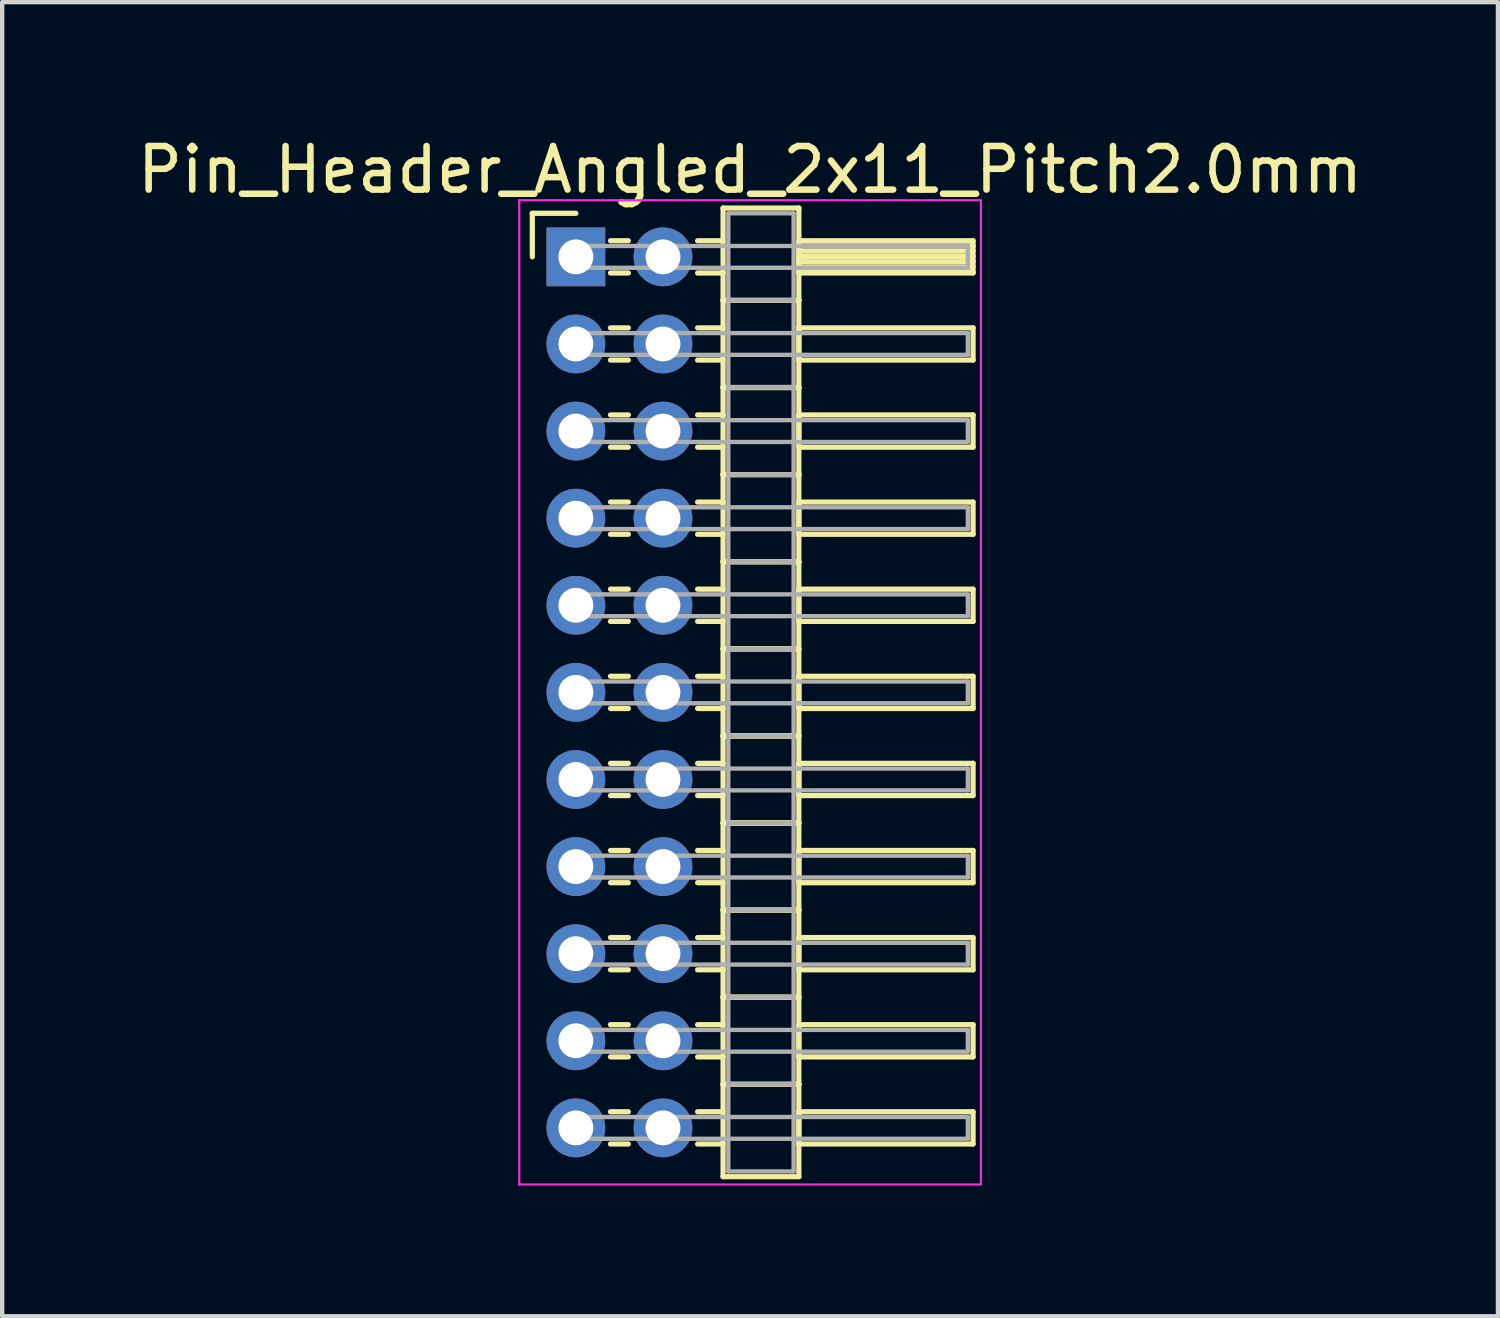
<source format=kicad_pcb>
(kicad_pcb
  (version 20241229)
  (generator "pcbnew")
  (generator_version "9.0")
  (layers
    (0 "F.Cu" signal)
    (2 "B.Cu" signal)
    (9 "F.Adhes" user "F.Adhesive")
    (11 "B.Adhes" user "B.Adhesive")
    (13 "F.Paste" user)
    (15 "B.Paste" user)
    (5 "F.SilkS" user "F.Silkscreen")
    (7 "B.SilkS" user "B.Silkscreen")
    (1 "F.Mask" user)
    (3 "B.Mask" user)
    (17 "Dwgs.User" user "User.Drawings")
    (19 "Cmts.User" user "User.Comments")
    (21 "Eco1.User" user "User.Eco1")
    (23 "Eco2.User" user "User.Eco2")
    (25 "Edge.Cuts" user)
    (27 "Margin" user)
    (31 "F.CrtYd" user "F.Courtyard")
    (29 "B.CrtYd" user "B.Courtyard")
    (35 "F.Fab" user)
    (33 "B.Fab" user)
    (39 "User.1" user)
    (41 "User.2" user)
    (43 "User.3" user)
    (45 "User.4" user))
  (footprint "Pin_Header_Angled_2x11_Pitch2.0mm"
    (layer "F.Cu")
    (at 10.173 2.848)
    (property "Reference" "Pin_Header_Angled_2x11_Pitch2.0mm" (at 4 -2 0) (layer "F.SilkS") (effects (font (size 1 1) (thickness 0.15))))
    (attr through_hole)
    (fp_line (start -1 -1) (end 0 -1) (stroke (width 0.12) (type solid)) (layer "F.SilkS"))
    (fp_line (start -1 0) (end -1 -1) (stroke (width 0.12) (type solid)) (layer "F.SilkS"))
    (fp_line (start 0.795 -0.37) (end 1.205 -0.37) (stroke (width 0.12) (type solid)) (layer "F.SilkS"))
    (fp_line (start 0.795 0.37) (end 1.205 0.37) (stroke (width 0.12) (type solid)) (layer "F.SilkS"))
    (fp_line (start 0.795 1.63) (end 1.205 1.63) (stroke (width 0.12) (type solid)) (layer "F.SilkS"))
    (fp_line (start 0.795 2.37) (end 1.205 2.37) (stroke (width 0.12) (type solid)) (layer "F.SilkS"))
    (fp_line (start 0.795 3.63) (end 1.205 3.63) (stroke (width 0.12) (type solid)) (layer "F.SilkS"))
    (fp_line (start 0.795 4.37) (end 1.205 4.37) (stroke (width 0.12) (type solid)) (layer "F.SilkS"))
    (fp_line (start 0.795 5.63) (end 1.205 5.63) (stroke (width 0.12) (type solid)) (layer "F.SilkS"))
    (fp_line (start 0.795 6.37) (end 1.205 6.37) (stroke (width 0.12) (type solid)) (layer "F.SilkS"))
    (fp_line (start 0.795 7.63) (end 1.205 7.63) (stroke (width 0.12) (type solid)) (layer "F.SilkS"))
    (fp_line (start 0.795 8.37) (end 1.205 8.37) (stroke (width 0.12) (type solid)) (layer "F.SilkS"))
    (fp_line (start 0.795 9.63) (end 1.205 9.63) (stroke (width 0.12) (type solid)) (layer "F.SilkS"))
    (fp_line (start 0.795 10.37) (end 1.205 10.37) (stroke (width 0.12) (type solid)) (layer "F.SilkS"))
    (fp_line (start 0.795 11.63) (end 1.205 11.63) (stroke (width 0.12) (type solid)) (layer "F.SilkS"))
    (fp_line (start 0.795 12.37) (end 1.205 12.37) (stroke (width 0.12) (type solid)) (layer "F.SilkS"))
    (fp_line (start 0.795 13.63) (end 1.205 13.63) (stroke (width 0.12) (type solid)) (layer "F.SilkS"))
    (fp_line (start 0.795 14.37) (end 1.205 14.37) (stroke (width 0.12) (type solid)) (layer "F.SilkS"))
    (fp_line (start 0.795 15.63) (end 1.205 15.63) (stroke (width 0.12) (type solid)) (layer "F.SilkS"))
    (fp_line (start 0.795 16.37) (end 1.205 16.37) (stroke (width 0.12) (type solid)) (layer "F.SilkS"))
    (fp_line (start 0.795 17.63) (end 1.205 17.63) (stroke (width 0.12) (type solid)) (layer "F.SilkS"))
    (fp_line (start 0.795 18.37) (end 1.205 18.37) (stroke (width 0.12) (type solid)) (layer "F.SilkS"))
    (fp_line (start 0.795 19.63) (end 1.205 19.63) (stroke (width 0.12) (type solid)) (layer "F.SilkS"))
    (fp_line (start 0.795 20.37) (end 1.205 20.37) (stroke (width 0.12) (type solid)) (layer "F.SilkS"))
    (fp_line (start 2.795 -0.37) (end 3.38 -0.37) (stroke (width 0.12) (type solid)) (layer "F.SilkS"))
    (fp_line (start 2.795 0.37) (end 3.38 0.37) (stroke (width 0.12) (type solid)) (layer "F.SilkS"))
    (fp_line (start 2.795 1.63) (end 3.38 1.63) (stroke (width 0.12) (type solid)) (layer "F.SilkS"))
    (fp_line (start 2.795 2.37) (end 3.38 2.37) (stroke (width 0.12) (type solid)) (layer "F.SilkS"))
    (fp_line (start 2.795 3.63) (end 3.38 3.63) (stroke (width 0.12) (type solid)) (layer "F.SilkS"))
    (fp_line (start 2.795 4.37) (end 3.38 4.37) (stroke (width 0.12) (type solid)) (layer "F.SilkS"))
    (fp_line (start 2.795 5.63) (end 3.38 5.63) (stroke (width 0.12) (type solid)) (layer "F.SilkS"))
    (fp_line (start 2.795 6.37) (end 3.38 6.37) (stroke (width 0.12) (type solid)) (layer "F.SilkS"))
    (fp_line (start 2.795 7.63) (end 3.38 7.63) (stroke (width 0.12) (type solid)) (layer "F.SilkS"))
    (fp_line (start 2.795 8.37) (end 3.38 8.37) (stroke (width 0.12) (type solid)) (layer "F.SilkS"))
    (fp_line (start 2.795 9.63) (end 3.38 9.63) (stroke (width 0.12) (type solid)) (layer "F.SilkS"))
    (fp_line (start 2.795 10.37) (end 3.38 10.37) (stroke (width 0.12) (type solid)) (layer "F.SilkS"))
    (fp_line (start 2.795 11.63) (end 3.38 11.63) (stroke (width 0.12) (type solid)) (layer "F.SilkS"))
    (fp_line (start 2.795 12.37) (end 3.38 12.37) (stroke (width 0.12) (type solid)) (layer "F.SilkS"))
    (fp_line (start 2.795 13.63) (end 3.38 13.63) (stroke (width 0.12) (type solid)) (layer "F.SilkS"))
    (fp_line (start 2.795 14.37) (end 3.38 14.37) (stroke (width 0.12) (type solid)) (layer "F.SilkS"))
    (fp_line (start 2.795 15.63) (end 3.38 15.63) (stroke (width 0.12) (type solid)) (layer "F.SilkS"))
    (fp_line (start 2.795 16.37) (end 3.38 16.37) (stroke (width 0.12) (type solid)) (layer "F.SilkS"))
    (fp_line (start 2.795 17.63) (end 3.38 17.63) (stroke (width 0.12) (type solid)) (layer "F.SilkS"))
    (fp_line (start 2.795 18.37) (end 3.38 18.37) (stroke (width 0.12) (type solid)) (layer "F.SilkS"))
    (fp_line (start 2.795 19.63) (end 3.38 19.63) (stroke (width 0.12) (type solid)) (layer "F.SilkS"))
    (fp_line (start 2.795 20.37) (end 3.38 20.37) (stroke (width 0.12) (type solid)) (layer "F.SilkS"))
    (fp_line (start 3.38 -1.12) (end 3.38 1) (stroke (width 0.12) (type solid)) (layer "F.SilkS"))
    (fp_line (start 3.38 1) (end 3.38 3) (stroke (width 0.12) (type solid)) (layer "F.SilkS"))
    (fp_line (start 3.38 1) (end 5.12 1) (stroke (width 0.12) (type solid)) (layer "F.SilkS"))
    (fp_line (start 3.38 3) (end 3.38 5) (stroke (width 0.12) (type solid)) (layer "F.SilkS"))
    (fp_line (start 3.38 3) (end 5.12 3) (stroke (width 0.12) (type solid)) (layer "F.SilkS"))
    (fp_line (start 3.38 5) (end 3.38 7) (stroke (width 0.12) (type solid)) (layer "F.SilkS"))
    (fp_line (start 3.38 5) (end 5.12 5) (stroke (width 0.12) (type solid)) (layer "F.SilkS"))
    (fp_line (start 3.38 7) (end 3.38 9) (stroke (width 0.12) (type solid)) (layer "F.SilkS"))
    (fp_line (start 3.38 7) (end 5.12 7) (stroke (width 0.12) (type solid)) (layer "F.SilkS"))
    (fp_line (start 3.38 9) (end 3.38 11) (stroke (width 0.12) (type solid)) (layer "F.SilkS"))
    (fp_line (start 3.38 9) (end 5.12 9) (stroke (width 0.12) (type solid)) (layer "F.SilkS"))
    (fp_line (start 3.38 11) (end 3.38 13) (stroke (width 0.12) (type solid)) (layer "F.SilkS"))
    (fp_line (start 3.38 11) (end 5.12 11) (stroke (width 0.12) (type solid)) (layer "F.SilkS"))
    (fp_line (start 3.38 13) (end 3.38 15) (stroke (width 0.12) (type solid)) (layer "F.SilkS"))
    (fp_line (start 3.38 13) (end 5.12 13) (stroke (width 0.12) (type solid)) (layer "F.SilkS"))
    (fp_line (start 3.38 15) (end 3.38 17) (stroke (width 0.12) (type solid)) (layer "F.SilkS"))
    (fp_line (start 3.38 15) (end 5.12 15) (stroke (width 0.12) (type solid)) (layer "F.SilkS"))
    (fp_line (start 3.38 17) (end 3.38 19) (stroke (width 0.12) (type solid)) (layer "F.SilkS"))
    (fp_line (start 3.38 17) (end 5.12 17) (stroke (width 0.12) (type solid)) (layer "F.SilkS"))
    (fp_line (start 3.38 19) (end 3.38 21.12) (stroke (width 0.12) (type solid)) (layer "F.SilkS"))
    (fp_line (start 3.38 19) (end 5.12 19) (stroke (width 0.12) (type solid)) (layer "F.SilkS"))
    (fp_line (start 3.38 21.12) (end 5.12 21.12) (stroke (width 0.12) (type solid)) (layer "F.SilkS"))
    (fp_line (start 5.12 -1.12) (end 3.38 -1.12) (stroke (width 0.12) (type solid)) (layer "F.SilkS"))
    (fp_line (start 5.12 -0.37) (end 5.12 0.37) (stroke (width 0.12) (type solid)) (layer "F.SilkS"))
    (fp_line (start 5.12 -0.25) (end 9.12 -0.25) (stroke (width 0.12) (type solid)) (layer "F.SilkS"))
    (fp_line (start 5.12 -0.13) (end 9.12 -0.13) (stroke (width 0.12) (type solid)) (layer "F.SilkS"))
    (fp_line (start 5.12 -0.01) (end 9.12 -0.01) (stroke (width 0.12) (type solid)) (layer "F.SilkS"))
    (fp_line (start 5.12 0.11) (end 9.12 0.11) (stroke (width 0.12) (type solid)) (layer "F.SilkS"))
    (fp_line (start 5.12 0.23) (end 9.12 0.23) (stroke (width 0.12) (type solid)) (layer "F.SilkS"))
    (fp_line (start 5.12 0.35) (end 9.12 0.35) (stroke (width 0.12) (type solid)) (layer "F.SilkS"))
    (fp_line (start 5.12 0.37) (end 9.12 0.37) (stroke (width 0.12) (type solid)) (layer "F.SilkS"))
    (fp_line (start 5.12 1) (end 3.38 1) (stroke (width 0.12) (type solid)) (layer "F.SilkS"))
    (fp_line (start 5.12 1) (end 5.12 -1.12) (stroke (width 0.12) (type solid)) (layer "F.SilkS"))
    (fp_line (start 5.12 1.63) (end 5.12 2.37) (stroke (width 0.12) (type solid)) (layer "F.SilkS"))
    (fp_line (start 5.12 2.37) (end 9.12 2.37) (stroke (width 0.12) (type solid)) (layer "F.SilkS"))
    (fp_line (start 5.12 3) (end 3.38 3) (stroke (width 0.12) (type solid)) (layer "F.SilkS"))
    (fp_line (start 5.12 3) (end 5.12 1) (stroke (width 0.12) (type solid)) (layer "F.SilkS"))
    (fp_line (start 5.12 3.63) (end 5.12 4.37) (stroke (width 0.12) (type solid)) (layer "F.SilkS"))
    (fp_line (start 5.12 4.37) (end 9.12 4.37) (stroke (width 0.12) (type solid)) (layer "F.SilkS"))
    (fp_line (start 5.12 5) (end 3.38 5) (stroke (width 0.12) (type solid)) (layer "F.SilkS"))
    (fp_line (start 5.12 5) (end 5.12 3) (stroke (width 0.12) (type solid)) (layer "F.SilkS"))
    (fp_line (start 5.12 5.63) (end 5.12 6.37) (stroke (width 0.12) (type solid)) (layer "F.SilkS"))
    (fp_line (start 5.12 6.37) (end 9.12 6.37) (stroke (width 0.12) (type solid)) (layer "F.SilkS"))
    (fp_line (start 5.12 7) (end 3.38 7) (stroke (width 0.12) (type solid)) (layer "F.SilkS"))
    (fp_line (start 5.12 7) (end 5.12 5) (stroke (width 0.12) (type solid)) (layer "F.SilkS"))
    (fp_line (start 5.12 7.63) (end 5.12 8.37) (stroke (width 0.12) (type solid)) (layer "F.SilkS"))
    (fp_line (start 5.12 8.37) (end 9.12 8.37) (stroke (width 0.12) (type solid)) (layer "F.SilkS"))
    (fp_line (start 5.12 9) (end 3.38 9) (stroke (width 0.12) (type solid)) (layer "F.SilkS"))
    (fp_line (start 5.12 9) (end 5.12 7) (stroke (width 0.12) (type solid)) (layer "F.SilkS"))
    (fp_line (start 5.12 9.63) (end 5.12 10.37) (stroke (width 0.12) (type solid)) (layer "F.SilkS"))
    (fp_line (start 5.12 10.37) (end 9.12 10.37) (stroke (width 0.12) (type solid)) (layer "F.SilkS"))
    (fp_line (start 5.12 11) (end 3.38 11) (stroke (width 0.12) (type solid)) (layer "F.SilkS"))
    (fp_line (start 5.12 11) (end 5.12 9) (stroke (width 0.12) (type solid)) (layer "F.SilkS"))
    (fp_line (start 5.12 11.63) (end 5.12 12.37) (stroke (width 0.12) (type solid)) (layer "F.SilkS"))
    (fp_line (start 5.12 12.37) (end 9.12 12.37) (stroke (width 0.12) (type solid)) (layer "F.SilkS"))
    (fp_line (start 5.12 13) (end 3.38 13) (stroke (width 0.12) (type solid)) (layer "F.SilkS"))
    (fp_line (start 5.12 13) (end 5.12 11) (stroke (width 0.12) (type solid)) (layer "F.SilkS"))
    (fp_line (start 5.12 13.63) (end 5.12 14.37) (stroke (width 0.12) (type solid)) (layer "F.SilkS"))
    (fp_line (start 5.12 14.37) (end 9.12 14.37) (stroke (width 0.12) (type solid)) (layer "F.SilkS"))
    (fp_line (start 5.12 15) (end 3.38 15) (stroke (width 0.12) (type solid)) (layer "F.SilkS"))
    (fp_line (start 5.12 15) (end 5.12 13) (stroke (width 0.12) (type solid)) (layer "F.SilkS"))
    (fp_line (start 5.12 15.63) (end 5.12 16.37) (stroke (width 0.12) (type solid)) (layer "F.SilkS"))
    (fp_line (start 5.12 16.37) (end 9.12 16.37) (stroke (width 0.12) (type solid)) (layer "F.SilkS"))
    (fp_line (start 5.12 17) (end 3.38 17) (stroke (width 0.12) (type solid)) (layer "F.SilkS"))
    (fp_line (start 5.12 17) (end 5.12 15) (stroke (width 0.12) (type solid)) (layer "F.SilkS"))
    (fp_line (start 5.12 17.63) (end 5.12 18.37) (stroke (width 0.12) (type solid)) (layer "F.SilkS"))
    (fp_line (start 5.12 18.37) (end 9.12 18.37) (stroke (width 0.12) (type solid)) (layer "F.SilkS"))
    (fp_line (start 5.12 19) (end 3.38 19) (stroke (width 0.12) (type solid)) (layer "F.SilkS"))
    (fp_line (start 5.12 19) (end 5.12 17) (stroke (width 0.12) (type solid)) (layer "F.SilkS"))
    (fp_line (start 5.12 19.63) (end 5.12 20.37) (stroke (width 0.12) (type solid)) (layer "F.SilkS"))
    (fp_line (start 5.12 20.37) (end 9.12 20.37) (stroke (width 0.12) (type solid)) (layer "F.SilkS"))
    (fp_line (start 5.12 21.12) (end 5.12 19) (stroke (width 0.12) (type solid)) (layer "F.SilkS"))
    (fp_line (start 9.12 -0.37) (end 5.12 -0.37) (stroke (width 0.12) (type solid)) (layer "F.SilkS"))
    (fp_line (start 9.12 0.37) (end 9.12 -0.37) (stroke (width 0.12) (type solid)) (layer "F.SilkS"))
    (fp_line (start 9.12 1.63) (end 5.12 1.63) (stroke (width 0.12) (type solid)) (layer "F.SilkS"))
    (fp_line (start 9.12 2.37) (end 9.12 1.63) (stroke (width 0.12) (type solid)) (layer "F.SilkS"))
    (fp_line (start 9.12 3.63) (end 5.12 3.63) (stroke (width 0.12) (type solid)) (layer "F.SilkS"))
    (fp_line (start 9.12 4.37) (end 9.12 3.63) (stroke (width 0.12) (type solid)) (layer "F.SilkS"))
    (fp_line (start 9.12 5.63) (end 5.12 5.63) (stroke (width 0.12) (type solid)) (layer "F.SilkS"))
    (fp_line (start 9.12 6.37) (end 9.12 5.63) (stroke (width 0.12) (type solid)) (layer "F.SilkS"))
    (fp_line (start 9.12 7.63) (end 5.12 7.63) (stroke (width 0.12) (type solid)) (layer "F.SilkS"))
    (fp_line (start 9.12 8.37) (end 9.12 7.63) (stroke (width 0.12) (type solid)) (layer "F.SilkS"))
    (fp_line (start 9.12 9.63) (end 5.12 9.63) (stroke (width 0.12) (type solid)) (layer "F.SilkS"))
    (fp_line (start 9.12 10.37) (end 9.12 9.63) (stroke (width 0.12) (type solid)) (layer "F.SilkS"))
    (fp_line (start 9.12 11.63) (end 5.12 11.63) (stroke (width 0.12) (type solid)) (layer "F.SilkS"))
    (fp_line (start 9.12 12.37) (end 9.12 11.63) (stroke (width 0.12) (type solid)) (layer "F.SilkS"))
    (fp_line (start 9.12 13.63) (end 5.12 13.63) (stroke (width 0.12) (type solid)) (layer "F.SilkS"))
    (fp_line (start 9.12 14.37) (end 9.12 13.63) (stroke (width 0.12) (type solid)) (layer "F.SilkS"))
    (fp_line (start 9.12 15.63) (end 5.12 15.63) (stroke (width 0.12) (type solid)) (layer "F.SilkS"))
    (fp_line (start 9.12 16.37) (end 9.12 15.63) (stroke (width 0.12) (type solid)) (layer "F.SilkS"))
    (fp_line (start 9.12 17.63) (end 5.12 17.63) (stroke (width 0.12) (type solid)) (layer "F.SilkS"))
    (fp_line (start 9.12 18.37) (end 9.12 17.63) (stroke (width 0.12) (type solid)) (layer "F.SilkS"))
    (fp_line (start 9.12 19.63) (end 5.12 19.63) (stroke (width 0.12) (type solid)) (layer "F.SilkS"))
    (fp_line (start 9.12 20.37) (end 9.12 19.63) (stroke (width 0.12) (type solid)) (layer "F.SilkS"))
    (fp_line (start -1.3 -1.3) (end -1.3 21.3) (stroke (width 0.05) (type solid)) (layer "F.CrtYd"))
    (fp_line (start -1.3 21.3) (end 9.3 21.3) (stroke (width 0.05) (type solid)) (layer "F.CrtYd"))
    (fp_line (start 9.3 -1.3) (end -1.3 -1.3) (stroke (width 0.05) (type solid)) (layer "F.CrtYd"))
    (fp_line (start 9.3 21.3) (end 9.3 -1.3) (stroke (width 0.05) (type solid)) (layer "F.CrtYd"))
    (fp_line (start 0 -0.25) (end 0 0.25) (stroke (width 0.1) (type solid)) (layer "F.Fab"))
    (fp_line (start 0 0.25) (end 9 0.25) (stroke (width 0.1) (type solid)) (layer "F.Fab"))
    (fp_line (start 0 1.75) (end 0 2.25) (stroke (width 0.1) (type solid)) (layer "F.Fab"))
    (fp_line (start 0 2.25) (end 9 2.25) (stroke (width 0.1) (type solid)) (layer "F.Fab"))
    (fp_line (start 0 3.75) (end 0 4.25) (stroke (width 0.1) (type solid)) (layer "F.Fab"))
    (fp_line (start 0 4.25) (end 9 4.25) (stroke (width 0.1) (type solid)) (layer "F.Fab"))
    (fp_line (start 0 5.75) (end 0 6.25) (stroke (width 0.1) (type solid)) (layer "F.Fab"))
    (fp_line (start 0 6.25) (end 9 6.25) (stroke (width 0.1) (type solid)) (layer "F.Fab"))
    (fp_line (start 0 7.75) (end 0 8.25) (stroke (width 0.1) (type solid)) (layer "F.Fab"))
    (fp_line (start 0 8.25) (end 9 8.25) (stroke (width 0.1) (type solid)) (layer "F.Fab"))
    (fp_line (start 0 9.75) (end 0 10.25) (stroke (width 0.1) (type solid)) (layer "F.Fab"))
    (fp_line (start 0 10.25) (end 9 10.25) (stroke (width 0.1) (type solid)) (layer "F.Fab"))
    (fp_line (start 0 11.75) (end 0 12.25) (stroke (width 0.1) (type solid)) (layer "F.Fab"))
    (fp_line (start 0 12.25) (end 9 12.25) (stroke (width 0.1) (type solid)) (layer "F.Fab"))
    (fp_line (start 0 13.75) (end 0 14.25) (stroke (width 0.1) (type solid)) (layer "F.Fab"))
    (fp_line (start 0 14.25) (end 9 14.25) (stroke (width 0.1) (type solid)) (layer "F.Fab"))
    (fp_line (start 0 15.75) (end 0 16.25) (stroke (width 0.1) (type solid)) (layer "F.Fab"))
    (fp_line (start 0 16.25) (end 9 16.25) (stroke (width 0.1) (type solid)) (layer "F.Fab"))
    (fp_line (start 0 17.75) (end 0 18.25) (stroke (width 0.1) (type solid)) (layer "F.Fab"))
    (fp_line (start 0 18.25) (end 9 18.25) (stroke (width 0.1) (type solid)) (layer "F.Fab"))
    (fp_line (start 0 19.75) (end 0 20.25) (stroke (width 0.1) (type solid)) (layer "F.Fab"))
    (fp_line (start 0 20.25) (end 9 20.25) (stroke (width 0.1) (type solid)) (layer "F.Fab"))
    (fp_line (start 3.5 -1) (end 3.5 1) (stroke (width 0.1) (type solid)) (layer "F.Fab"))
    (fp_line (start 3.5 1) (end 3.5 3) (stroke (width 0.1) (type solid)) (layer "F.Fab"))
    (fp_line (start 3.5 1) (end 5 1) (stroke (width 0.1) (type solid)) (layer "F.Fab"))
    (fp_line (start 3.5 3) (end 3.5 5) (stroke (width 0.1) (type solid)) (layer "F.Fab"))
    (fp_line (start 3.5 3) (end 5 3) (stroke (width 0.1) (type solid)) (layer "F.Fab"))
    (fp_line (start 3.5 5) (end 3.5 7) (stroke (width 0.1) (type solid)) (layer "F.Fab"))
    (fp_line (start 3.5 5) (end 5 5) (stroke (width 0.1) (type solid)) (layer "F.Fab"))
    (fp_line (start 3.5 7) (end 3.5 9) (stroke (width 0.1) (type solid)) (layer "F.Fab"))
    (fp_line (start 3.5 7) (end 5 7) (stroke (width 0.1) (type solid)) (layer "F.Fab"))
    (fp_line (start 3.5 9) (end 3.5 11) (stroke (width 0.1) (type solid)) (layer "F.Fab"))
    (fp_line (start 3.5 9) (end 5 9) (stroke (width 0.1) (type solid)) (layer "F.Fab"))
    (fp_line (start 3.5 11) (end 3.5 13) (stroke (width 0.1) (type solid)) (layer "F.Fab"))
    (fp_line (start 3.5 11) (end 5 11) (stroke (width 0.1) (type solid)) (layer "F.Fab"))
    (fp_line (start 3.5 13) (end 3.5 15) (stroke (width 0.1) (type solid)) (layer "F.Fab"))
    (fp_line (start 3.5 13) (end 5 13) (stroke (width 0.1) (type solid)) (layer "F.Fab"))
    (fp_line (start 3.5 15) (end 3.5 17) (stroke (width 0.1) (type solid)) (layer "F.Fab"))
    (fp_line (start 3.5 15) (end 5 15) (stroke (width 0.1) (type solid)) (layer "F.Fab"))
    (fp_line (start 3.5 17) (end 3.5 19) (stroke (width 0.1) (type solid)) (layer "F.Fab"))
    (fp_line (start 3.5 17) (end 5 17) (stroke (width 0.1) (type solid)) (layer "F.Fab"))
    (fp_line (start 3.5 19) (end 3.5 21) (stroke (width 0.1) (type solid)) (layer "F.Fab"))
    (fp_line (start 3.5 19) (end 5 19) (stroke (width 0.1) (type solid)) (layer "F.Fab"))
    (fp_line (start 3.5 21) (end 5 21) (stroke (width 0.1) (type solid)) (layer "F.Fab"))
    (fp_line (start 5 -1) (end 3.5 -1) (stroke (width 0.1) (type solid)) (layer "F.Fab"))
    (fp_line (start 5 1) (end 3.5 1) (stroke (width 0.1) (type solid)) (layer "F.Fab"))
    (fp_line (start 5 1) (end 5 -1) (stroke (width 0.1) (type solid)) (layer "F.Fab"))
    (fp_line (start 5 3) (end 3.5 3) (stroke (width 0.1) (type solid)) (layer "F.Fab"))
    (fp_line (start 5 3) (end 5 1) (stroke (width 0.1) (type solid)) (layer "F.Fab"))
    (fp_line (start 5 5) (end 3.5 5) (stroke (width 0.1) (type solid)) (layer "F.Fab"))
    (fp_line (start 5 5) (end 5 3) (stroke (width 0.1) (type solid)) (layer "F.Fab"))
    (fp_line (start 5 7) (end 3.5 7) (stroke (width 0.1) (type solid)) (layer "F.Fab"))
    (fp_line (start 5 7) (end 5 5) (stroke (width 0.1) (type solid)) (layer "F.Fab"))
    (fp_line (start 5 9) (end 3.5 9) (stroke (width 0.1) (type solid)) (layer "F.Fab"))
    (fp_line (start 5 9) (end 5 7) (stroke (width 0.1) (type solid)) (layer "F.Fab"))
    (fp_line (start 5 11) (end 3.5 11) (stroke (width 0.1) (type solid)) (layer "F.Fab"))
    (fp_line (start 5 11) (end 5 9) (stroke (width 0.1) (type solid)) (layer "F.Fab"))
    (fp_line (start 5 13) (end 3.5 13) (stroke (width 0.1) (type solid)) (layer "F.Fab"))
    (fp_line (start 5 13) (end 5 11) (stroke (width 0.1) (type solid)) (layer "F.Fab"))
    (fp_line (start 5 15) (end 3.5 15) (stroke (width 0.1) (type solid)) (layer "F.Fab"))
    (fp_line (start 5 15) (end 5 13) (stroke (width 0.1) (type solid)) (layer "F.Fab"))
    (fp_line (start 5 17) (end 3.5 17) (stroke (width 0.1) (type solid)) (layer "F.Fab"))
    (fp_line (start 5 17) (end 5 15) (stroke (width 0.1) (type solid)) (layer "F.Fab"))
    (fp_line (start 5 19) (end 3.5 19) (stroke (width 0.1) (type solid)) (layer "F.Fab"))
    (fp_line (start 5 19) (end 5 17) (stroke (width 0.1) (type solid)) (layer "F.Fab"))
    (fp_line (start 5 21) (end 5 19) (stroke (width 0.1) (type solid)) (layer "F.Fab"))
    (fp_line (start 9 -0.25) (end 0 -0.25) (stroke (width 0.1) (type solid)) (layer "F.Fab"))
    (fp_line (start 9 0.25) (end 9 -0.25) (stroke (width 0.1) (type solid)) (layer "F.Fab"))
    (fp_line (start 9 1.75) (end 0 1.75) (stroke (width 0.1) (type solid)) (layer "F.Fab"))
    (fp_line (start 9 2.25) (end 9 1.75) (stroke (width 0.1) (type solid)) (layer "F.Fab"))
    (fp_line (start 9 3.75) (end 0 3.75) (stroke (width 0.1) (type solid)) (layer "F.Fab"))
    (fp_line (start 9 4.25) (end 9 3.75) (stroke (width 0.1) (type solid)) (layer "F.Fab"))
    (fp_line (start 9 5.75) (end 0 5.75) (stroke (width 0.1) (type solid)) (layer "F.Fab"))
    (fp_line (start 9 6.25) (end 9 5.75) (stroke (width 0.1) (type solid)) (layer "F.Fab"))
    (fp_line (start 9 7.75) (end 0 7.75) (stroke (width 0.1) (type solid)) (layer "F.Fab"))
    (fp_line (start 9 8.25) (end 9 7.75) (stroke (width 0.1) (type solid)) (layer "F.Fab"))
    (fp_line (start 9 9.75) (end 0 9.75) (stroke (width 0.1) (type solid)) (layer "F.Fab"))
    (fp_line (start 9 10.25) (end 9 9.75) (stroke (width 0.1) (type solid)) (layer "F.Fab"))
    (fp_line (start 9 11.75) (end 0 11.75) (stroke (width 0.1) (type solid)) (layer "F.Fab"))
    (fp_line (start 9 12.25) (end 9 11.75) (stroke (width 0.1) (type solid)) (layer "F.Fab"))
    (fp_line (start 9 13.75) (end 0 13.75) (stroke (width 0.1) (type solid)) (layer "F.Fab"))
    (fp_line (start 9 14.25) (end 9 13.75) (stroke (width 0.1) (type solid)) (layer "F.Fab"))
    (fp_line (start 9 15.75) (end 0 15.75) (stroke (width 0.1) (type solid)) (layer "F.Fab"))
    (fp_line (start 9 16.25) (end 9 15.75) (stroke (width 0.1) (type solid)) (layer "F.Fab"))
    (fp_line (start 9 17.75) (end 0 17.75) (stroke (width 0.1) (type solid)) (layer "F.Fab"))
    (fp_line (start 9 18.25) (end 9 17.75) (stroke (width 0.1) (type solid)) (layer "F.Fab"))
    (fp_line (start 9 19.75) (end 0 19.75) (stroke (width 0.1) (type solid)) (layer "F.Fab"))
    (fp_line (start 9 20.25) (end 9 19.75) (stroke (width 0.1) (type solid)) (layer "F.Fab"))
    (pad "1" thru_hole rect (at 0 0) (size 1.35 1.35) (drill 0.8) (layers "*.Cu" "*.Mask"))
    (pad "2" thru_hole oval (at 2 0) (size 1.35 1.35) (drill 0.8) (layers "*.Cu" "*.Mask"))
    (pad "3" thru_hole oval (at 0 2) (size 1.35 1.35) (drill 0.8) (layers "*.Cu" "*.Mask"))
    (pad "4" thru_hole oval (at 2 2) (size 1.35 1.35) (drill 0.8) (layers "*.Cu" "*.Mask"))
    (pad "5" thru_hole oval (at 0 4) (size 1.35 1.35) (drill 0.8) (layers "*.Cu" "*.Mask"))
    (pad "6" thru_hole oval (at 2 4) (size 1.35 1.35) (drill 0.8) (layers "*.Cu" "*.Mask"))
    (pad "7" thru_hole oval (at 0 6) (size 1.35 1.35) (drill 0.8) (layers "*.Cu" "*.Mask"))
    (pad "8" thru_hole oval (at 2 6) (size 1.35 1.35) (drill 0.8) (layers "*.Cu" "*.Mask"))
    (pad "9" thru_hole oval (at 0 8) (size 1.35 1.35) (drill 0.8) (layers "*.Cu" "*.Mask"))
    (pad "10" thru_hole oval (at 2 8) (size 1.35 1.35) (drill 0.8) (layers "*.Cu" "*.Mask"))
    (pad "11" thru_hole oval (at 0 10) (size 1.35 1.35) (drill 0.8) (layers "*.Cu" "*.Mask"))
    (pad "12" thru_hole oval (at 2 10) (size 1.35 1.35) (drill 0.8) (layers "*.Cu" "*.Mask"))
    (pad "13" thru_hole oval (at 0 12) (size 1.35 1.35) (drill 0.8) (layers "*.Cu" "*.Mask"))
    (pad "14" thru_hole oval (at 2 12) (size 1.35 1.35) (drill 0.8) (layers "*.Cu" "*.Mask"))
    (pad "15" thru_hole oval (at 0 14) (size 1.35 1.35) (drill 0.8) (layers "*.Cu" "*.Mask"))
    (pad "16" thru_hole oval (at 2 14) (size 1.35 1.35) (drill 0.8) (layers "*.Cu" "*.Mask"))
    (pad "17" thru_hole oval (at 0 16) (size 1.35 1.35) (drill 0.8) (layers "*.Cu" "*.Mask"))
    (pad "18" thru_hole oval (at 2 16) (size 1.35 1.35) (drill 0.8) (layers "*.Cu" "*.Mask"))
    (pad "19" thru_hole oval (at 0 18) (size 1.35 1.35) (drill 0.8) (layers "*.Cu" "*.Mask"))
    (pad "20" thru_hole oval (at 2 18) (size 1.35 1.35) (drill 0.8) (layers "*.Cu" "*.Mask"))
    (pad "21" thru_hole oval (at 0 20) (size 1.35 1.35) (drill 0.8) (layers "*.Cu" "*.Mask"))
    (pad "22" thru_hole oval (at 2 20) (size 1.35 1.35) (drill 0.8) (layers "*.Cu" "*.Mask")))
  (gr_rect
    (start -3 -3)
    (end 31.345 27.173)
    (stroke (width 0.1) (type default))
    (fill no)
    (layer "Edge.Cuts")))
</source>
